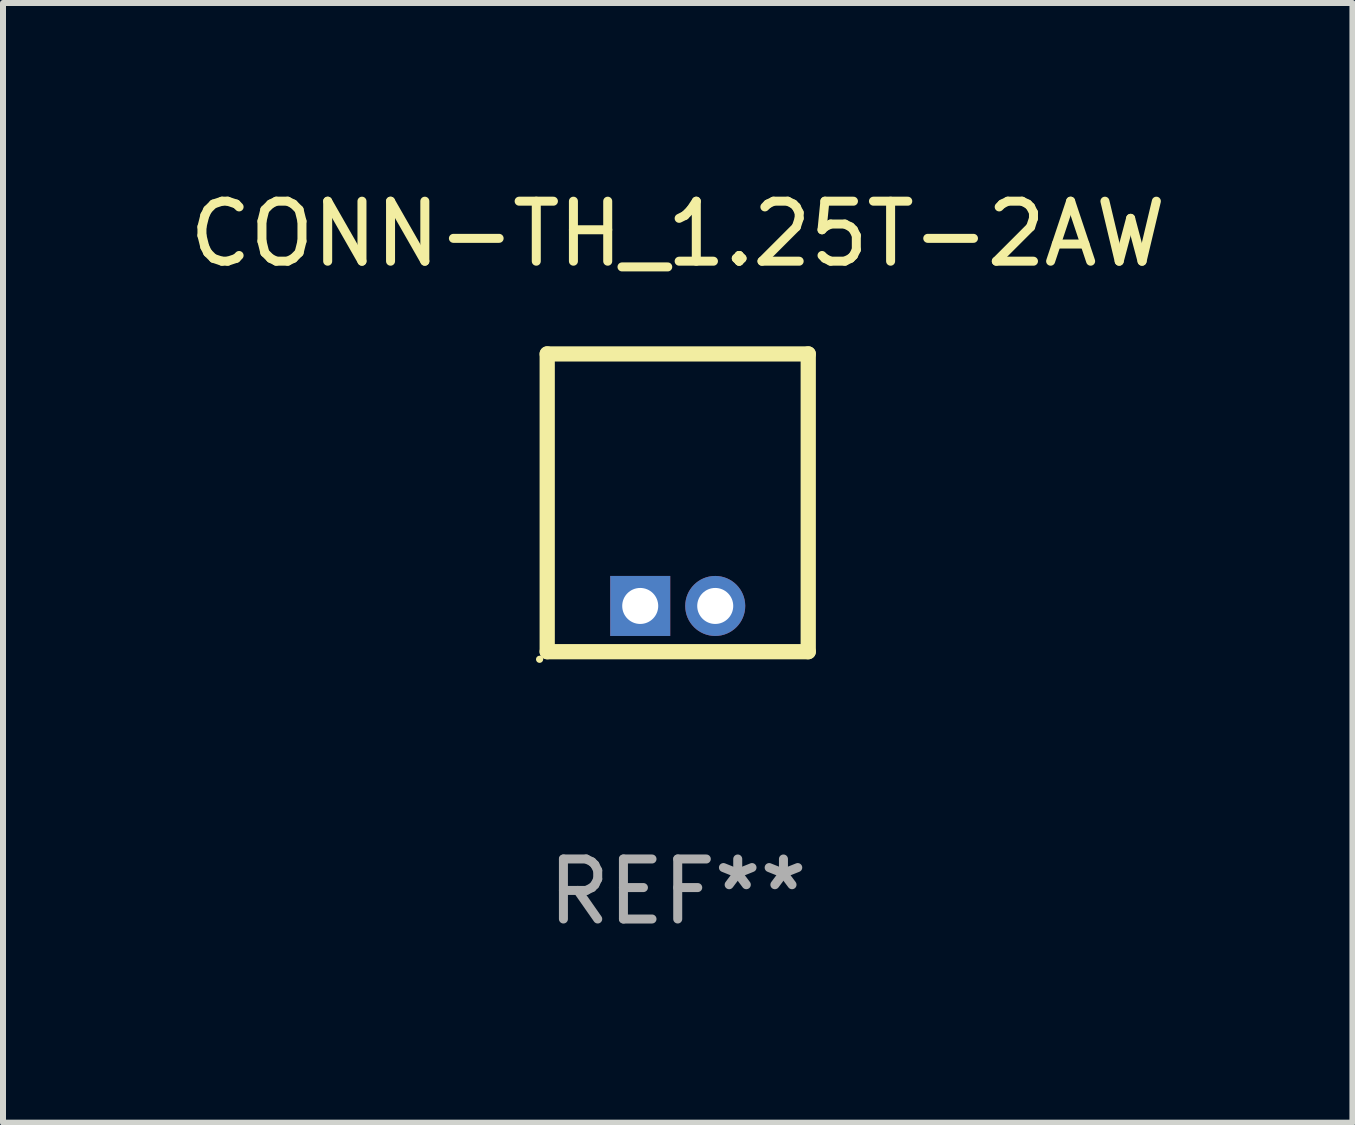
<source format=kicad_pcb>
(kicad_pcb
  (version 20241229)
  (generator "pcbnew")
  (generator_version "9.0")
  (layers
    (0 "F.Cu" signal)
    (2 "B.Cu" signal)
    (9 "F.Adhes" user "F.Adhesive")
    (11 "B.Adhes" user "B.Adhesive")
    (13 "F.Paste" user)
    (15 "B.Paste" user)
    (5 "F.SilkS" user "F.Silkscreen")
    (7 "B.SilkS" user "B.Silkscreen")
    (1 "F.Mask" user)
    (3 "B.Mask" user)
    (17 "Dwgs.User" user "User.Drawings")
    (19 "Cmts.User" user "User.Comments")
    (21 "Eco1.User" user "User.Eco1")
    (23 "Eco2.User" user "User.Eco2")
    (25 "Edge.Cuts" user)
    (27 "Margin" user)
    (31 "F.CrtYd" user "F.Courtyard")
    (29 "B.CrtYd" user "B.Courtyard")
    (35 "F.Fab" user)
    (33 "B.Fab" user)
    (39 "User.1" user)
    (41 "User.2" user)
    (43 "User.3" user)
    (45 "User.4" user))
  (footprint "CONN-TH_1.25T-2AW"
    (layer "F.Cu")
    (at 8.244 7.048)
    (property "Reference" "CONN-TH_1.25T-2AW" (at 0.000025 -6.2 0) (layer "F.SilkS") (effects (font (size 1 1) (thickness 0.15))))
    (attr through_hole)
    (fp_line (start -2.175 0.762) (end -2.175 -4.2) (stroke (width 0.254) (type solid)) (layer "F.SilkS"))
    (fp_line (start 2.175 -4.2) (end -2.175 -4.2) (stroke (width 0.254) (type solid)) (layer "F.SilkS"))
    (fp_line (start 2.175 -4.2) (end 2.175 0.762) (stroke (width 0.254) (type solid)) (layer "F.SilkS"))
    (fp_line (start 2.175 0.762) (end -2.175 0.762) (stroke (width 0.254) (type solid)) (layer "F.SilkS"))
    (fp_circle (center -2.302 0.889) (end -2.272 0.889) (stroke (width 0.06) (type solid)) (fill no) (layer "F.SilkS"))
    (fp_text user "REF**" (at 0.000025 4.762 0) (layer "F.Fab") (effects (font (size 1 1) (thickness 0.15))))
    (pad "1" thru_hole rect (at -0.625 0) (size 1 1) (drill 0.6) (layers "*.Cu" "*.Mask"))
    (pad "2" thru_hole circle (at 0.625 0) (size 1 1) (drill 0.6) (layers "*.Cu" "*.Mask")))
  (gr_rect
    (start -3 -3)
    (end 19.488 15.659)
    (stroke (width 0.1) (type default))
    (fill no)
    (layer "Edge.Cuts")))
</source>
